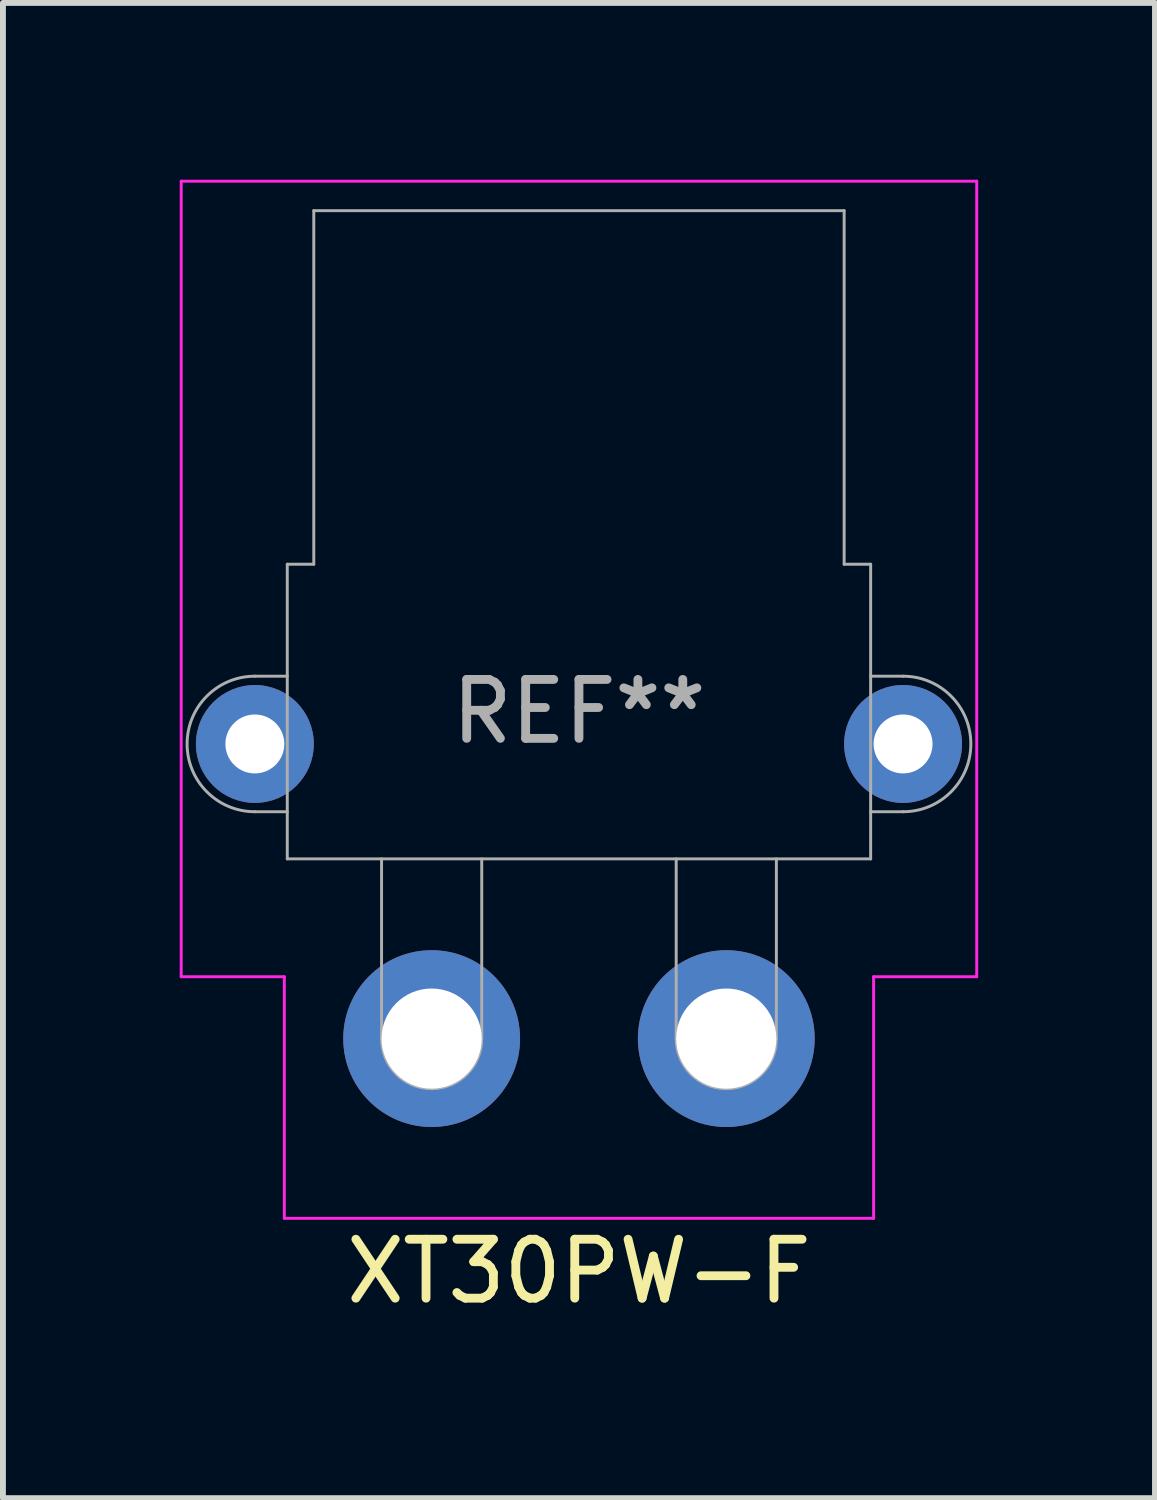
<source format=kicad_pcb>
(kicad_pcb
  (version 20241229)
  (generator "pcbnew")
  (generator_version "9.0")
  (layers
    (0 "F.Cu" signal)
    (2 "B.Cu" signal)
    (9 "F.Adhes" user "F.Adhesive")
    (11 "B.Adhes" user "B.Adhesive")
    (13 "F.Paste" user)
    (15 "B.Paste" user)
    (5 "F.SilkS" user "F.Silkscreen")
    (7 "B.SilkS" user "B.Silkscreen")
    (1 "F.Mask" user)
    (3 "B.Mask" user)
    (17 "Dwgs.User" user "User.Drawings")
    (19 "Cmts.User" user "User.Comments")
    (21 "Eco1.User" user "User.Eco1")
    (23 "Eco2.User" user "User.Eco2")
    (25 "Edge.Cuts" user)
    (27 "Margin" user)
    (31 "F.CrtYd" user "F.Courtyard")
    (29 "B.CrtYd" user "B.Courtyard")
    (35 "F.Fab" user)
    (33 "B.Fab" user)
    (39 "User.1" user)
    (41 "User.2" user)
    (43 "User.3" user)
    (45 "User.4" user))
  (footprint "XT30PW-F"
    (layer "F.Cu")
    (at 6.775 0.525)
    (property "Reference" "XT30PW-F" (at 0 18 0) (layer "F.SilkS") (effects (font (size 1 1) (thickness 0.15))))
    (attr through_hole)
    (fp_line (start -6.75 -0.5) (end 6.75 -0.5) (stroke (width 0.05) (type solid)) (layer "F.CrtYd"))
    (fp_line (start -6.75 13) (end -6.75 -0.5) (stroke (width 0.05) (type solid)) (layer "F.CrtYd"))
    (fp_line (start -5 13) (end -6.75 13) (stroke (width 0.05) (type solid)) (layer "F.CrtYd"))
    (fp_line (start -5 17.1) (end -5 13) (stroke (width 0.05) (type solid)) (layer "F.CrtYd"))
    (fp_line (start 5 13) (end 5 17.1) (stroke (width 0.05) (type solid)) (layer "F.CrtYd"))
    (fp_line (start 5 17.1) (end -5 17.1) (stroke (width 0.05) (type solid)) (layer "F.CrtYd"))
    (fp_line (start 6.75 -0.5) (end 6.75 13) (stroke (width 0.05) (type solid)) (layer "F.CrtYd"))
    (fp_line (start 6.75 13) (end 5 13) (stroke (width 0.05) (type solid)) (layer "F.CrtYd"))
    (fp_line (start -4.95 7.9) (end -5.5 7.9) (stroke (width 0.05) (type solid)) (layer "F.Fab"))
    (fp_line (start -4.95 10.2) (end -5.5 10.2) (stroke (width 0.05) (type solid)) (layer "F.Fab"))
    (fp_line (start -4.95 11) (end -4.95 6) (stroke (width 0.05) (type solid)) (layer "F.Fab"))
    (fp_line (start -4.5 0) (end -4.5 6) (stroke (width 0.05) (type solid)) (layer "F.Fab"))
    (fp_line (start -4.5 0) (end 4.5 0) (stroke (width 0.05) (type solid)) (layer "F.Fab"))
    (fp_line (start -4.5 6) (end -4.95 6) (stroke (width 0.05) (type solid)) (layer "F.Fab"))
    (fp_line (start -3.35 11) (end -3.35 14.05) (stroke (width 0.05) (type solid)) (layer "F.Fab"))
    (fp_line (start -1.65 11) (end -1.65 14.05) (stroke (width 0.05) (type solid)) (layer "F.Fab"))
    (fp_line (start 1.65 11) (end 1.65 14.05) (stroke (width 0.05) (type solid)) (layer "F.Fab"))
    (fp_line (start 3.35 11) (end 3.35 14.05) (stroke (width 0.05) (type solid)) (layer "F.Fab"))
    (fp_line (start 4.5 0) (end 4.5 6) (stroke (width 0.05) (type solid)) (layer "F.Fab"))
    (fp_line (start 4.5 6) (end 4.95 6) (stroke (width 0.05) (type solid)) (layer "F.Fab"))
    (fp_line (start 4.95 6) (end 4.95 11) (stroke (width 0.05) (type solid)) (layer "F.Fab"))
    (fp_line (start 4.95 7.9) (end 5.5 7.9) (stroke (width 0.05) (type solid)) (layer "F.Fab"))
    (fp_line (start 4.95 10.2) (end 5.5 10.2) (stroke (width 0.05) (type solid)) (layer "F.Fab"))
    (fp_line (start 4.95 11) (end -4.95 11) (stroke (width 0.05) (type solid)) (layer "F.Fab"))
    (fp_arc (start -5.5 10.2) (mid -6.65 9.05) (end -5.5 7.9) (stroke (width 0.05) (type solid)) (layer "F.Fab"))
    (fp_arc (start -1.65 14.05) (mid -2.5 14.9) (end -3.35 14.05) (stroke (width 0.05) (type solid)) (layer "F.Fab"))
    (fp_arc (start 3.35 14.05) (mid 2.5 14.9) (end 1.65 14.05) (stroke (width 0.05) (type solid)) (layer "F.Fab"))
    (fp_arc (start 5.5 7.9) (mid 6.65 9.05) (end 5.5 10.2) (stroke (width 0.05) (type solid)) (layer "F.Fab"))
    (fp_text user "REF**" (at 0 8.5 0) (layer "F.Fab") (effects (font (size 1 1) (thickness 0.15))))
    (pad "1" thru_hole circle (at 2.5 14.05) (size 3 3) (drill 1.7) (layers "*.Cu" "*.Mask"))
    (pad "2" thru_hole circle (at -2.5 14.05) (size 3 3) (drill 1.7) (layers "*.Cu" "*.Mask"))
    (pad "3" thru_hole circle (at -5.5 9.05) (size 2 2) (drill 1) (layers "*.Cu" "*.Mask"))
    (pad "4" thru_hole circle (at 5.5 9.05) (size 2 2) (drill 1) (layers "*.Cu" "*.Mask")))
  (gr_rect
    (start -3 -3)
    (end 16.55 22.373)
    (stroke (width 0.1) (type default))
    (fill no)
    (layer "Edge.Cuts")))
</source>
